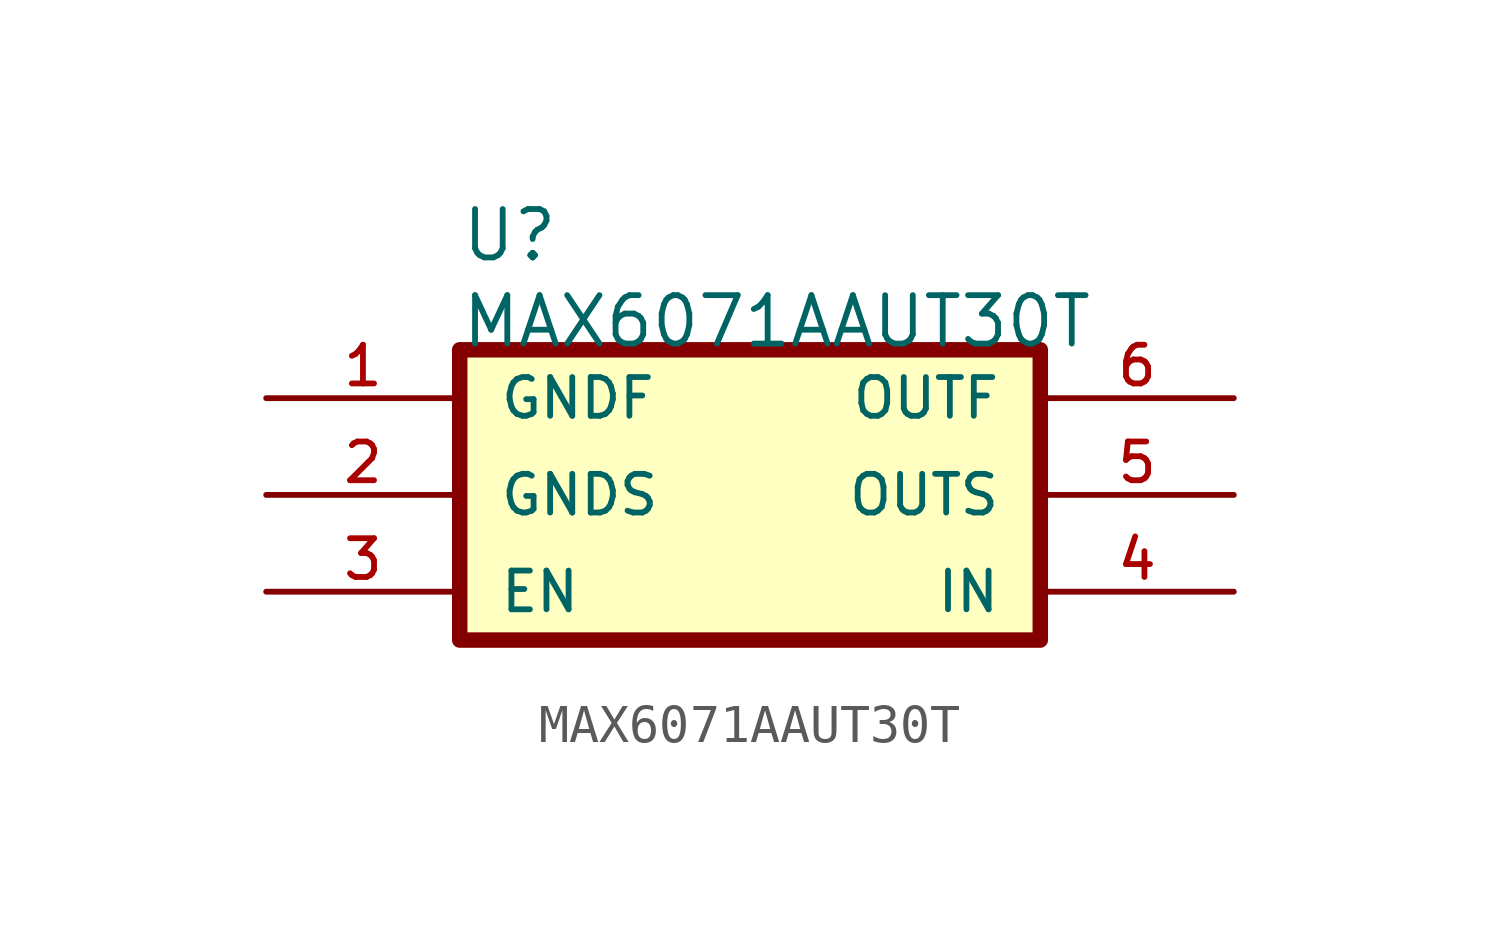
<source format=kicad_sym>
(kicad_symbol_lib
  (version 20211014)
  (generator kicad_symbol_editor)
  (symbol "MAX6071AAUT30T"
    (pin_names
      (offset 1.016))
    (property "Reference" "U"
      (at -12.7 13.691 0)
      (effects (font (size 1.27 1.27)) (justify left bottom)))
    (property "Value" "MAX6071AAUT30T"
      (at -12.7 11.43 0)
      (effects (font (size 1.27 1.27)) (justify left bottom)))
    (property "ki_locked" ""
      (at 0 0 0)
      (effects (font (size 1.27 1.27))))
    (symbol "MAX6071AAUT30T_0_0"
      (rectangle (start -12.7 11.43) (end 2.54 3.81) (stroke (width 0.406) (type default) (color 0 0 0 0)) (fill (type background)))
      (pin power_in line (at -17.78 10.16 0) (length 5.08) (name "GNDF" (effects (font (size 1.016 1.016)))) (number "1" (effects (font (size 1.016 1.016)))))
      (pin power_in line (at -17.78 7.62 0) (length 5.08) (name "GNDS" (effects (font (size 1.016 1.016)))) (number "2" (effects (font (size 1.016 1.016)))))
      (pin bidirectional line (at -17.78 5.08 0) (length 5.08) (name "EN" (effects (font (size 1.016 1.016)))) (number "3" (effects (font (size 1.016 1.016)))))
      (pin input line (at 7.62 5.08 180) (length 5.08) (name "IN" (effects (font (size 1.016 1.016)))) (number "4" (effects (font (size 1.016 1.016)))))
      (pin output line (at 7.62 7.62 180) (length 5.08) (name "OUTS" (effects (font (size 1.016 1.016)))) (number "5" (effects (font (size 1.016 1.016)))))
      (pin output line (at 7.62 10.16 180) (length 5.08) (name "OUTF" (effects (font (size 1.016 1.016)))) (number "6" (effects (font (size 1.016 1.016))))))))
</source>
